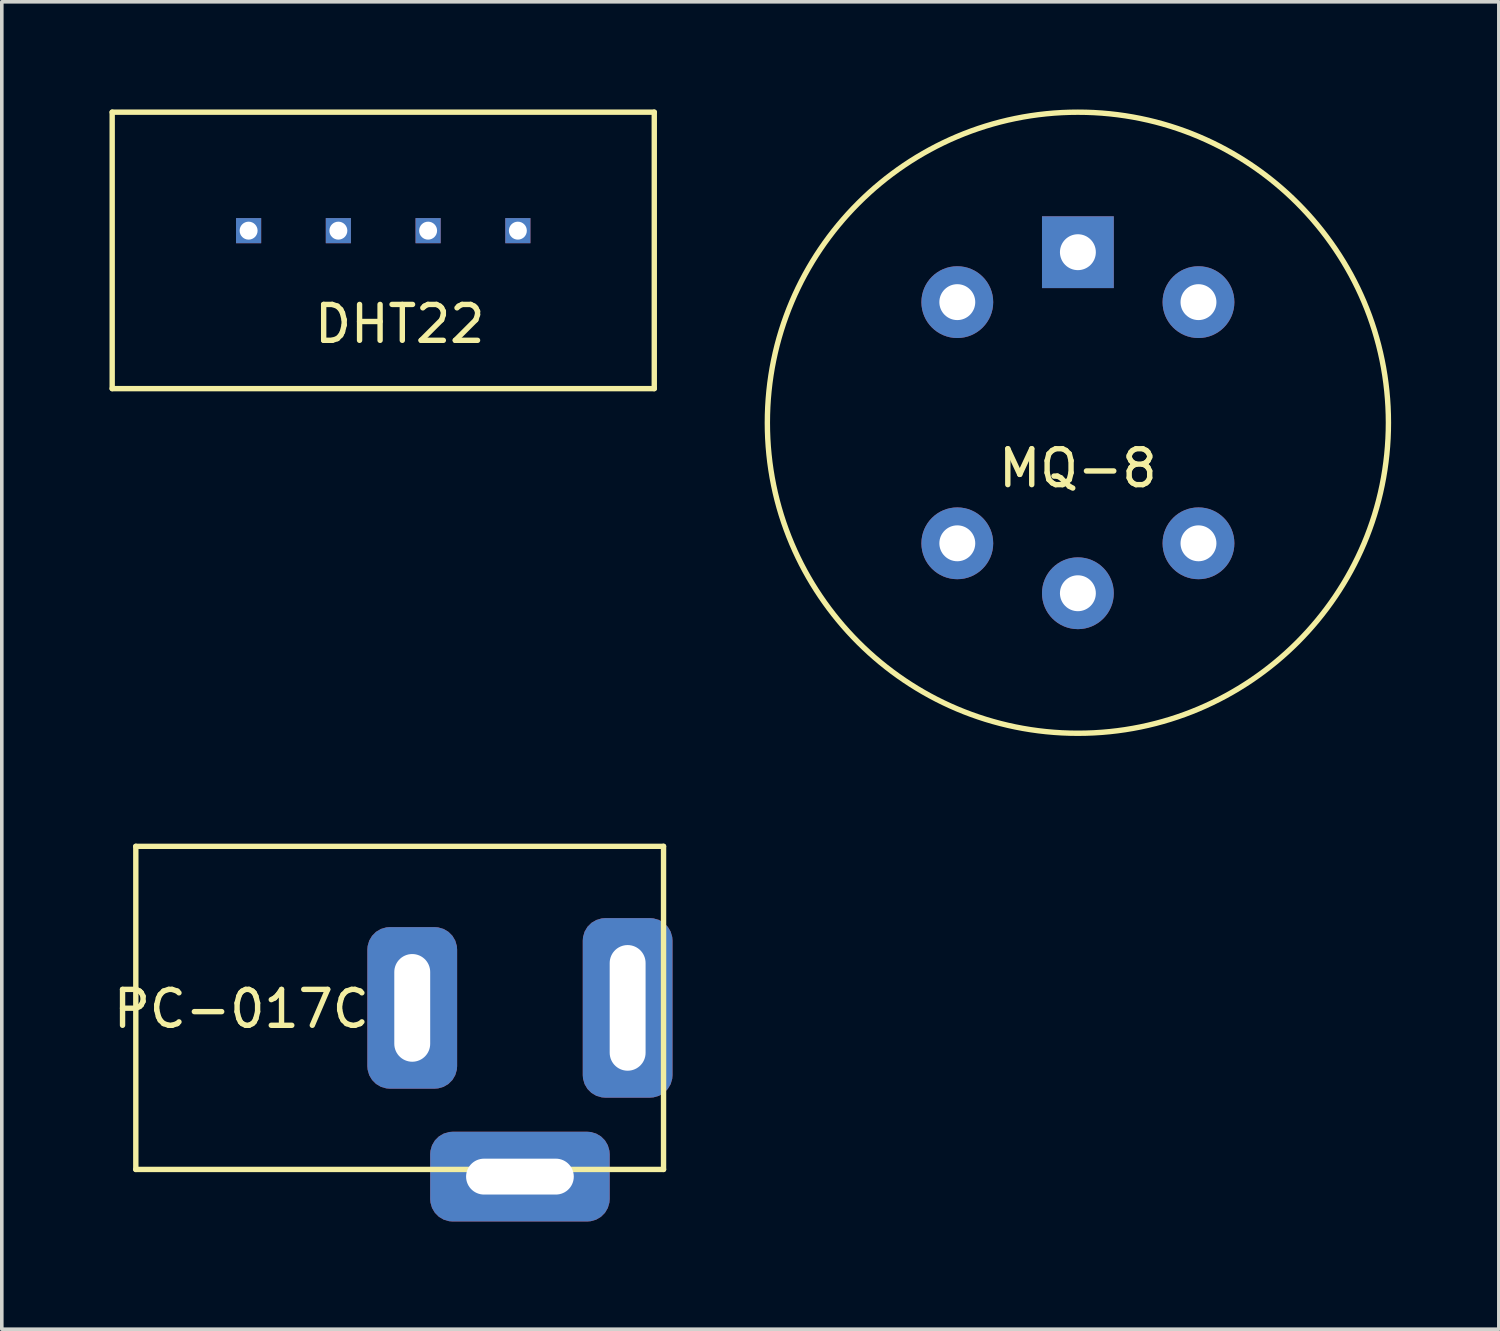
<source format=kicad_pcb>
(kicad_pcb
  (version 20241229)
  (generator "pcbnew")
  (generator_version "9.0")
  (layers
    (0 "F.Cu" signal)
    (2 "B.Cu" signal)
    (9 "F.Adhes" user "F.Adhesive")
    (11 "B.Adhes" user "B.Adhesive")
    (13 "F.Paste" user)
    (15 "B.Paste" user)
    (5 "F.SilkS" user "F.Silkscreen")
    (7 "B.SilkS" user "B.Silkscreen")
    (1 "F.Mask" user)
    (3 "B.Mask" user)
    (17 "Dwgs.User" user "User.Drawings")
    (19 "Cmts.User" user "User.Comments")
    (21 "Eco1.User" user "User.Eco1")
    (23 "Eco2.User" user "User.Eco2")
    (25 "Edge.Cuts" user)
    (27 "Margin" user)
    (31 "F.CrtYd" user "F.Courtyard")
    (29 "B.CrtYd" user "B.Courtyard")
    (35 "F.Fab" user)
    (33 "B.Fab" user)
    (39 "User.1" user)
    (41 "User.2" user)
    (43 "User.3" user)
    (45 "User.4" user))
  (footprint "DHT22"
    (layer "F.Cu")
    (at 8.875 3.375)
    (property "Reference" "DHT22" (at -0.79 2.6 0) (layer "F.SilkS") (effects (font (size 1 1) (thickness 0.15))))
    (attr through_hole)
    (fp_line (start -8.8 -3.3) (end 6.3 -3.3) (stroke (width 0.15) (type solid)) (layer "F.SilkS"))
    (fp_line (start -8.8 4.4) (end -8.8 -3.3) (stroke (width 0.15) (type solid)) (layer "F.SilkS"))
    (fp_line (start 6.3 -3.3) (end 6.3 4.4) (stroke (width 0.15) (type solid)) (layer "F.SilkS"))
    (fp_line (start 6.3 4.4) (end -8.8 4.4) (stroke (width 0.15) (type solid)) (layer "F.SilkS"))
    (pad "1" thru_hole rect (at -5 0) (size 0.7 0.7) (drill 0.5) (layers "*.Cu" "*.Mask"))
    (pad "2" thru_hole rect (at -2.5 0) (size 0.7 0.7) (drill 0.5) (layers "*.Cu" "*.Mask"))
    (pad "3" thru_hole rect (at 0 0) (size 0.7 0.7) (drill 0.5) (layers "*.Cu" "*.Mask"))
    (pad "4" thru_hole rect (at 2.5 0) (size 0.7 0.7) (drill 0.5) (layers "*.Cu" "*.Mask")))
  (footprint "PC-017C"
    (layer "F.Cu")
    (at 8.433 25.025)
    (property "Reference" "PC-017C" (at -4.76 0.03 0) (layer "F.SilkS") (effects (font (size 1 1) (thickness 0.15))))
    (attr through_hole)
    (fp_line (start -7.7 -4.5) (end -7.7 4.5) (stroke (width 0.15) (type solid)) (layer "F.SilkS"))
    (fp_line (start -7.7 4.5) (end 7 4.5) (stroke (width 0.15) (type solid)) (layer "F.SilkS"))
    (fp_line (start 7 -4.5) (end -7.7 -4.5) (stroke (width 0.15) (type solid)) (layer "F.SilkS"))
    (fp_line (start 7 4.5) (end 7 -4.5) (stroke (width 0.15) (type solid)) (layer "F.SilkS"))
    (pad "1" thru_hole roundrect (at 6 0) (size 2.5 5) (drill oval 1 3.5) (layers "*.Cu" "*.Mask") (roundrect_rratio 0.25))
    (pad "2" thru_hole roundrect (at 0 0) (size 2.5 4.5) (drill oval 1 3) (layers "*.Cu" "*.Mask") (roundrect_rratio 0.25))
    (pad "3" thru_hole roundrect (at 3 4.7) (size 5 2.5) (drill oval 3 1) (layers "*.Cu" "*.Mask") (roundrect_rratio 0.25)))
  (footprint "MQ-8"
    (layer "F.Cu")
    (at 26.975 8.725)
    (property "Reference" "MQ-8" (at 0 1.27 0) (layer "F.SilkS") (effects (font (size 1 1) (thickness 0.15))))
    (attr through_hole)
    (fp_circle (center 0 0) (end 8.65 0) (stroke (width 0.15) (type solid)) (fill no) (layer "F.SilkS"))
    (pad "1" thru_hole circle (at -3.359 -3.359) (size 2 2) (drill 1) (layers "*.Cu" "*.Mask"))
    (pad "2" thru_hole circle (at 3.359 -3.359) (size 2 2) (drill 1) (layers "*.Cu" "*.Mask"))
    (pad "3" thru_hole circle (at -3.359 3.359) (size 2 2) (drill 1) (layers "*.Cu" "*.Mask"))
    (pad "4" thru_hole circle (at 3.359 3.359) (size 2 2) (drill 1) (layers "*.Cu" "*.Mask"))
    (pad "5" thru_hole circle (at 0 4.75) (size 2 2) (drill 1) (layers "*.Cu" "*.Mask"))
    (pad "6" thru_hole rect (at 0 -4.75) (size 2 2) (drill 1) (layers "*.Cu" "*.Mask")))
  (gr_rect
    (start -3 -3)
    (end 38.7 33.975)
    (stroke (width 0.1) (type default))
    (fill no)
    (layer "Edge.Cuts")))
</source>
